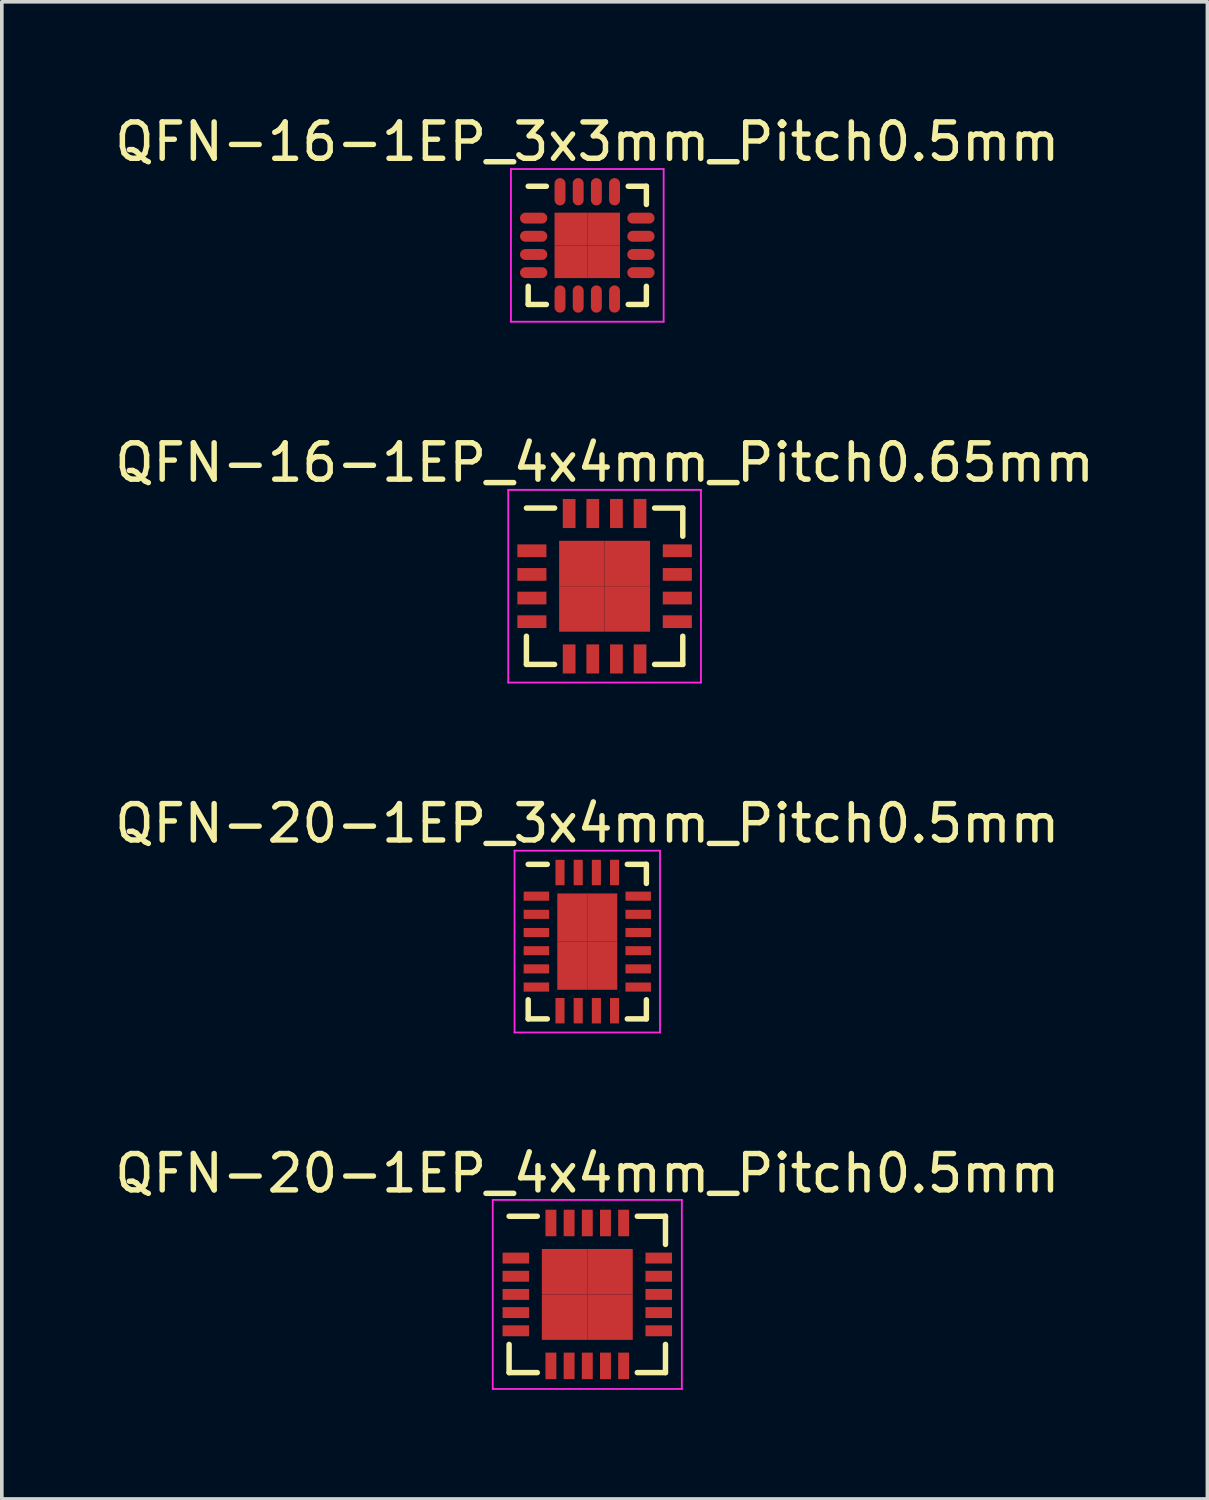
<source format=kicad_pcb>
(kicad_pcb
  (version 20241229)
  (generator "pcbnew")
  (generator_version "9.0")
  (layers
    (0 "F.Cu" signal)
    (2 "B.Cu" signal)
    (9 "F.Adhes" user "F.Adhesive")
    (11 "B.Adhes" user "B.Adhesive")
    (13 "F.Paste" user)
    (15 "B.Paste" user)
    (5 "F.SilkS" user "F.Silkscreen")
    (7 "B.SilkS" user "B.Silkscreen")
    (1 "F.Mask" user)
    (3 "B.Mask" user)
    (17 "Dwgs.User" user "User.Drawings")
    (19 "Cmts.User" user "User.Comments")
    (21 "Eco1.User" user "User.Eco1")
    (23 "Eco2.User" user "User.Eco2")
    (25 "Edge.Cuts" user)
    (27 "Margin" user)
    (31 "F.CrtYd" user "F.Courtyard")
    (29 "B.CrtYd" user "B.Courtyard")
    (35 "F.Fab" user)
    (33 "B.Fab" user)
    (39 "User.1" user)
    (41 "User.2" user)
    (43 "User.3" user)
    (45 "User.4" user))
  (footprint "QFN-20-1EP_3x4mm_Pitch0.5mm"
    (layer "F.Cu")
    (at 13.101 22.845)
    (property "Reference" "QFN-20-1EP_3x4mm_Pitch0.5mm" (at 0 -3.25 0) (layer "F.SilkS") (effects (font (size 1 1) (thickness 0.15))))
    (attr smd)
    (fp_line (start -1.625 -2.125) (end -1.1 -2.125) (stroke (width 0.15) (type solid)) (layer "F.SilkS"))
    (fp_line (start -1.625 2.125) (end -1.625 1.6) (stroke (width 0.15) (type solid)) (layer "F.SilkS"))
    (fp_line (start -1.625 2.125) (end -1.1 2.125) (stroke (width 0.15) (type solid)) (layer "F.SilkS"))
    (fp_line (start 1.625 -2.125) (end 1.1 -2.125) (stroke (width 0.15) (type solid)) (layer "F.SilkS"))
    (fp_line (start 1.625 -2.125) (end 1.625 -1.6) (stroke (width 0.15) (type solid)) (layer "F.SilkS"))
    (fp_line (start 1.625 2.125) (end 1.1 2.125) (stroke (width 0.15) (type solid)) (layer "F.SilkS"))
    (fp_line (start 1.625 2.125) (end 1.625 1.6) (stroke (width 0.15) (type solid)) (layer "F.SilkS"))
    (fp_line (start -2 -2.5) (end -2 2.5) (stroke (width 0.05) (type solid)) (layer "F.CrtYd"))
    (fp_line (start -2 -2.5) (end 2 -2.5) (stroke (width 0.05) (type solid)) (layer "F.CrtYd"))
    (fp_line (start -2 2.5) (end 2 2.5) (stroke (width 0.05) (type solid)) (layer "F.CrtYd"))
    (fp_line (start 2 -2.5) (end 2 2.5) (stroke (width 0.05) (type solid)) (layer "F.CrtYd"))
    (pad "1" smd rect (at -1.4 -1.25) (size 0.7 0.25) (layers "F.Cu" "F.Mask" "F.Paste"))
    (pad "2" smd rect (at -1.4 -0.75) (size 0.7 0.25) (layers "F.Cu" "F.Mask" "F.Paste"))
    (pad "3" smd rect (at -1.4 -0.25) (size 0.7 0.25) (layers "F.Cu" "F.Mask" "F.Paste"))
    (pad "4" smd rect (at -1.4 0.25) (size 0.7 0.25) (layers "F.Cu" "F.Mask" "F.Paste"))
    (pad "5" smd rect (at -1.4 0.75) (size 0.7 0.25) (layers "F.Cu" "F.Mask" "F.Paste"))
    (pad "6" smd rect (at -1.4 1.25) (size 0.7 0.25) (layers "F.Cu" "F.Mask" "F.Paste"))
    (pad "7" smd rect (at -0.75 1.9 90) (size 0.7 0.25) (layers "F.Cu" "F.Mask" "F.Paste"))
    (pad "8" smd rect (at -0.25 1.9 90) (size 0.7 0.25) (layers "F.Cu" "F.Mask" "F.Paste"))
    (pad "9" smd rect (at 0.25 1.9 90) (size 0.7 0.25) (layers "F.Cu" "F.Mask" "F.Paste"))
    (pad "10" smd rect (at 0.75 1.9 90) (size 0.7 0.25) (layers "F.Cu" "F.Mask" "F.Paste"))
    (pad "11" smd rect (at 1.4 1.25) (size 0.7 0.25) (layers "F.Cu" "F.Mask" "F.Paste"))
    (pad "12" smd rect (at 1.4 0.75) (size 0.7 0.25) (layers "F.Cu" "F.Mask" "F.Paste"))
    (pad "13" smd rect (at 1.4 0.25) (size 0.7 0.25) (layers "F.Cu" "F.Mask" "F.Paste"))
    (pad "14" smd rect (at 1.4 -0.25) (size 0.7 0.25) (layers "F.Cu" "F.Mask" "F.Paste"))
    (pad "15" smd rect (at 1.4 -0.75) (size 0.7 0.25) (layers "F.Cu" "F.Mask" "F.Paste"))
    (pad "16" smd rect (at 1.4 -1.25) (size 0.7 0.25) (layers "F.Cu" "F.Mask" "F.Paste"))
    (pad "17" smd rect (at 0.75 -1.9 90) (size 0.7 0.25) (layers "F.Cu" "F.Mask" "F.Paste"))
    (pad "18" smd rect (at 0.25 -1.9 90) (size 0.7 0.25) (layers "F.Cu" "F.Mask" "F.Paste"))
    (pad "19" smd rect (at -0.25 -1.9 90) (size 0.7 0.25) (layers "F.Cu" "F.Mask" "F.Paste"))
    (pad "20" smd rect (at -0.75 -1.9 90) (size 0.7 0.25) (layers "F.Cu" "F.Mask" "F.Paste"))
    (pad "21" smd rect (at -0.412 -0.662) (size 0.825 1.325) (layers "F.Cu" "F.Mask" "F.Paste"))
    (pad "21" smd rect (at -0.412 0.662) (size 0.825 1.325) (layers "F.Cu" "F.Mask" "F.Paste"))
    (pad "21" smd rect (at 0.412 -0.662) (size 0.825 1.325) (layers "F.Cu" "F.Mask" "F.Paste"))
    (pad "21" smd rect (at 0.412 0.662) (size 0.825 1.325) (layers "F.Cu" "F.Mask" "F.Paste")))
  (footprint "QFN-20-1EP_4x4mm_Pitch0.5mm"
    (layer "F.Cu")
    (at 13.101 32.548)
    (property "Reference" "QFN-20-1EP_4x4mm_Pitch0.5mm" (at 0 -3.33 0) (layer "F.SilkS") (effects (font (size 1 1) (thickness 0.15))))
    (attr smd)
    (fp_line (start -2.15 -2.15) (end -1.375 -2.15) (stroke (width 0.15) (type solid)) (layer "F.SilkS"))
    (fp_line (start -2.15 2.15) (end -2.15 1.375) (stroke (width 0.15) (type solid)) (layer "F.SilkS"))
    (fp_line (start -2.15 2.15) (end -1.375 2.15) (stroke (width 0.15) (type solid)) (layer "F.SilkS"))
    (fp_line (start 2.15 -2.15) (end 1.375 -2.15) (stroke (width 0.15) (type solid)) (layer "F.SilkS"))
    (fp_line (start 2.15 -2.15) (end 2.15 -1.375) (stroke (width 0.15) (type solid)) (layer "F.SilkS"))
    (fp_line (start 2.15 2.15) (end 1.375 2.15) (stroke (width 0.15) (type solid)) (layer "F.SilkS"))
    (fp_line (start 2.15 2.15) (end 2.15 1.375) (stroke (width 0.15) (type solid)) (layer "F.SilkS"))
    (fp_line (start -2.6 -2.6) (end -2.6 2.6) (stroke (width 0.05) (type solid)) (layer "F.CrtYd"))
    (fp_line (start -2.6 -2.6) (end 2.6 -2.6) (stroke (width 0.05) (type solid)) (layer "F.CrtYd"))
    (fp_line (start -2.6 2.6) (end 2.6 2.6) (stroke (width 0.05) (type solid)) (layer "F.CrtYd"))
    (fp_line (start 2.6 -2.6) (end 2.6 2.6) (stroke (width 0.05) (type solid)) (layer "F.CrtYd"))
    (pad "1" smd rect (at -1.965 -1) (size 0.73 0.3) (layers "F.Cu" "F.Mask" "F.Paste"))
    (pad "2" smd rect (at -1.965 -0.5) (size 0.73 0.3) (layers "F.Cu" "F.Mask" "F.Paste"))
    (pad "3" smd rect (at -1.965 0) (size 0.73 0.3) (layers "F.Cu" "F.Mask" "F.Paste"))
    (pad "4" smd rect (at -1.965 0.5) (size 0.73 0.3) (layers "F.Cu" "F.Mask" "F.Paste"))
    (pad "5" smd rect (at -1.965 1) (size 0.73 0.3) (layers "F.Cu" "F.Mask" "F.Paste"))
    (pad "6" smd rect (at -1 1.965 90) (size 0.73 0.3) (layers "F.Cu" "F.Mask" "F.Paste"))
    (pad "7" smd rect (at -0.5 1.965 90) (size 0.73 0.3) (layers "F.Cu" "F.Mask" "F.Paste"))
    (pad "8" smd rect (at 0 1.965 90) (size 0.73 0.3) (layers "F.Cu" "F.Mask" "F.Paste"))
    (pad "9" smd rect (at 0.5 1.965 90) (size 0.73 0.3) (layers "F.Cu" "F.Mask" "F.Paste"))
    (pad "10" smd rect (at 1 1.965 90) (size 0.73 0.3) (layers "F.Cu" "F.Mask" "F.Paste"))
    (pad "11" smd rect (at 1.965 1) (size 0.73 0.3) (layers "F.Cu" "F.Mask" "F.Paste"))
    (pad "12" smd rect (at 1.965 0.5) (size 0.73 0.3) (layers "F.Cu" "F.Mask" "F.Paste"))
    (pad "13" smd rect (at 1.965 0) (size 0.73 0.3) (layers "F.Cu" "F.Mask" "F.Paste"))
    (pad "14" smd rect (at 1.965 -0.5) (size 0.73 0.3) (layers "F.Cu" "F.Mask" "F.Paste"))
    (pad "15" smd rect (at 1.965 -1) (size 0.73 0.3) (layers "F.Cu" "F.Mask" "F.Paste"))
    (pad "16" smd rect (at 1 -1.965 90) (size 0.73 0.3) (layers "F.Cu" "F.Mask" "F.Paste"))
    (pad "17" smd rect (at 0.5 -1.965 90) (size 0.73 0.3) (layers "F.Cu" "F.Mask" "F.Paste"))
    (pad "18" smd rect (at 0 -1.965 90) (size 0.73 0.3) (layers "F.Cu" "F.Mask" "F.Paste"))
    (pad "19" smd rect (at -0.5 -1.965 90) (size 0.73 0.3) (layers "F.Cu" "F.Mask" "F.Paste"))
    (pad "20" smd rect (at -1 -1.965 90) (size 0.73 0.3) (layers "F.Cu" "F.Mask" "F.Paste"))
    (pad "21" smd rect (at -0.625 -0.625) (size 1.25 1.25) (layers "F.Cu" "F.Mask" "F.Paste"))
    (pad "21" smd rect (at -0.625 0.625) (size 1.25 1.25) (layers "F.Cu" "F.Mask" "F.Paste"))
    (pad "21" smd rect (at 0.625 -0.625) (size 1.25 1.25) (layers "F.Cu" "F.Mask" "F.Paste"))
    (pad "21" smd rect (at 0.625 0.625) (size 1.25 1.25) (layers "F.Cu" "F.Mask" "F.Paste")))
  (footprint "QFN-16-1EP_4x4mm_Pitch0.65mm"
    (layer "F.Cu")
    (at 13.577 13.072)
    (property "Reference" "QFN-16-1EP_4x4mm_Pitch0.65mm" (at 0 -3.4 0) (layer "F.SilkS") (effects (font (size 1 1) (thickness 0.15))))
    (attr smd)
    (fp_line (start -2.15 -2.15) (end -1.375 -2.15) (stroke (width 0.15) (type solid)) (layer "F.SilkS"))
    (fp_line (start -2.15 2.15) (end -2.15 1.375) (stroke (width 0.15) (type solid)) (layer "F.SilkS"))
    (fp_line (start -2.15 2.15) (end -1.375 2.15) (stroke (width 0.15) (type solid)) (layer "F.SilkS"))
    (fp_line (start 2.15 -2.15) (end 1.375 -2.15) (stroke (width 0.15) (type solid)) (layer "F.SilkS"))
    (fp_line (start 2.15 -2.15) (end 2.15 -1.375) (stroke (width 0.15) (type solid)) (layer "F.SilkS"))
    (fp_line (start 2.15 2.15) (end 1.375 2.15) (stroke (width 0.15) (type solid)) (layer "F.SilkS"))
    (fp_line (start 2.15 2.15) (end 2.15 1.375) (stroke (width 0.15) (type solid)) (layer "F.SilkS"))
    (fp_line (start -2.65 -2.65) (end -2.65 2.65) (stroke (width 0.05) (type solid)) (layer "F.CrtYd"))
    (fp_line (start -2.65 -2.65) (end 2.65 -2.65) (stroke (width 0.05) (type solid)) (layer "F.CrtYd"))
    (fp_line (start -2.65 2.65) (end 2.65 2.65) (stroke (width 0.05) (type solid)) (layer "F.CrtYd"))
    (fp_line (start 2.65 -2.65) (end 2.65 2.65) (stroke (width 0.05) (type solid)) (layer "F.CrtYd"))
    (pad "1" smd rect (at -2 -0.975) (size 0.8 0.35) (layers "F.Cu" "F.Mask" "F.Paste"))
    (pad "2" smd rect (at -2 -0.325) (size 0.8 0.35) (layers "F.Cu" "F.Mask" "F.Paste"))
    (pad "3" smd rect (at -2 0.325) (size 0.8 0.35) (layers "F.Cu" "F.Mask" "F.Paste"))
    (pad "4" smd rect (at -2 0.975) (size 0.8 0.35) (layers "F.Cu" "F.Mask" "F.Paste"))
    (pad "5" smd rect (at -0.975 2 90) (size 0.8 0.35) (layers "F.Cu" "F.Mask" "F.Paste"))
    (pad "6" smd rect (at -0.325 2 90) (size 0.8 0.35) (layers "F.Cu" "F.Mask" "F.Paste"))
    (pad "7" smd rect (at 0.325 2 90) (size 0.8 0.35) (layers "F.Cu" "F.Mask" "F.Paste"))
    (pad "8" smd rect (at 0.975 2 90) (size 0.8 0.35) (layers "F.Cu" "F.Mask" "F.Paste"))
    (pad "9" smd rect (at 2 0.975) (size 0.8 0.35) (layers "F.Cu" "F.Mask" "F.Paste"))
    (pad "10" smd rect (at 2 0.325) (size 0.8 0.35) (layers "F.Cu" "F.Mask" "F.Paste"))
    (pad "11" smd rect (at 2 -0.325) (size 0.8 0.35) (layers "F.Cu" "F.Mask" "F.Paste"))
    (pad "12" smd rect (at 2 -0.975) (size 0.8 0.35) (layers "F.Cu" "F.Mask" "F.Paste"))
    (pad "13" smd rect (at 0.975 -2 90) (size 0.8 0.35) (layers "F.Cu" "F.Mask" "F.Paste"))
    (pad "14" smd rect (at 0.325 -2 90) (size 0.8 0.35) (layers "F.Cu" "F.Mask" "F.Paste"))
    (pad "15" smd rect (at -0.325 -2 90) (size 0.8 0.35) (layers "F.Cu" "F.Mask" "F.Paste"))
    (pad "16" smd rect (at -0.975 -2 90) (size 0.8 0.35) (layers "F.Cu" "F.Mask" "F.Paste"))
    (pad "17" smd rect (at -0.625 -0.625) (size 1.25 1.25) (layers "F.Cu" "F.Mask" "F.Paste"))
    (pad "17" smd rect (at -0.625 0.625) (size 1.25 1.25) (layers "F.Cu" "F.Mask" "F.Paste"))
    (pad "17" smd rect (at 0.625 -0.625) (size 1.25 1.25) (layers "F.Cu" "F.Mask" "F.Paste"))
    (pad "17" smd rect (at 0.625 0.625) (size 1.25 1.25) (layers "F.Cu" "F.Mask" "F.Paste")))
  (footprint "QFN-16-1EP_3x3mm_Pitch0.5mm"
    (layer "F.Cu")
    (at 13.101 3.698)
    (property "Reference" "QFN-16-1EP_3x3mm_Pitch0.5mm" (at 0 -2.85 0) (layer "F.SilkS") (effects (font (size 1 1) (thickness 0.15))))
    (attr smd)
    (fp_line (start -1.625 -1.625) (end -1.125 -1.625) (stroke (width 0.15) (type solid)) (layer "F.SilkS"))
    (fp_line (start -1.625 1.625) (end -1.625 1.125) (stroke (width 0.15) (type solid)) (layer "F.SilkS"))
    (fp_line (start -1.625 1.625) (end -1.125 1.625) (stroke (width 0.15) (type solid)) (layer "F.SilkS"))
    (fp_line (start 1.625 -1.625) (end 1.125 -1.625) (stroke (width 0.15) (type solid)) (layer "F.SilkS"))
    (fp_line (start 1.625 -1.625) (end 1.625 -1.125) (stroke (width 0.15) (type solid)) (layer "F.SilkS"))
    (fp_line (start 1.625 1.625) (end 1.125 1.625) (stroke (width 0.15) (type solid)) (layer "F.SilkS"))
    (fp_line (start 1.625 1.625) (end 1.625 1.125) (stroke (width 0.15) (type solid)) (layer "F.SilkS"))
    (fp_line (start -2.1 -2.1) (end -2.1 2.1) (stroke (width 0.05) (type solid)) (layer "F.CrtYd"))
    (fp_line (start -2.1 -2.1) (end 2.1 -2.1) (stroke (width 0.05) (type solid)) (layer "F.CrtYd"))
    (fp_line (start -2.1 2.1) (end 2.1 2.1) (stroke (width 0.05) (type solid)) (layer "F.CrtYd"))
    (fp_line (start 2.1 -2.1) (end 2.1 2.1) (stroke (width 0.05) (type solid)) (layer "F.CrtYd"))
    (pad "1" smd oval (at -1.475 -0.75) (size 0.75 0.3) (layers "F.Cu" "F.Mask" "F.Paste"))
    (pad "2" smd oval (at -1.475 -0.25) (size 0.75 0.3) (layers "F.Cu" "F.Mask" "F.Paste"))
    (pad "3" smd oval (at -1.475 0.25) (size 0.75 0.3) (layers "F.Cu" "F.Mask" "F.Paste"))
    (pad "4" smd oval (at -1.475 0.75) (size 0.75 0.3) (layers "F.Cu" "F.Mask" "F.Paste"))
    (pad "5" smd oval (at -0.75 1.475 90) (size 0.75 0.3) (layers "F.Cu" "F.Mask" "F.Paste"))
    (pad "6" smd oval (at -0.25 1.475 90) (size 0.75 0.3) (layers "F.Cu" "F.Mask" "F.Paste"))
    (pad "7" smd oval (at 0.25 1.475 90) (size 0.75 0.3) (layers "F.Cu" "F.Mask" "F.Paste"))
    (pad "8" smd oval (at 0.75 1.475 90) (size 0.75 0.3) (layers "F.Cu" "F.Mask" "F.Paste"))
    (pad "9" smd oval (at 1.475 0.75) (size 0.75 0.3) (layers "F.Cu" "F.Mask" "F.Paste"))
    (pad "10" smd oval (at 1.475 0.25) (size 0.75 0.3) (layers "F.Cu" "F.Mask" "F.Paste"))
    (pad "11" smd oval (at 1.475 -0.25) (size 0.75 0.3) (layers "F.Cu" "F.Mask" "F.Paste"))
    (pad "12" smd oval (at 1.475 -0.75) (size 0.75 0.3) (layers "F.Cu" "F.Mask" "F.Paste"))
    (pad "13" smd oval (at 0.75 -1.475 90) (size 0.75 0.3) (layers "F.Cu" "F.Mask" "F.Paste"))
    (pad "14" smd oval (at 0.25 -1.475 90) (size 0.75 0.3) (layers "F.Cu" "F.Mask" "F.Paste"))
    (pad "15" smd oval (at -0.25 -1.475 90) (size 0.75 0.3) (layers "F.Cu" "F.Mask" "F.Paste"))
    (pad "16" smd oval (at -0.75 -1.475 90) (size 0.75 0.3) (layers "F.Cu" "F.Mask" "F.Paste"))
    (pad "17" smd rect (at -0.45 -0.45) (size 0.9 0.9) (layers "F.Cu" "F.Mask" "F.Paste"))
    (pad "17" smd rect (at -0.45 0.45) (size 0.9 0.9) (layers "F.Cu" "F.Mask" "F.Paste"))
    (pad "17" smd rect (at 0.45 -0.45) (size 0.9 0.9) (layers "F.Cu" "F.Mask" "F.Paste"))
    (pad "17" smd rect (at 0.45 0.45) (size 0.9 0.9) (layers "F.Cu" "F.Mask" "F.Paste")))
  (gr_rect
    (start -3 -3)
    (end 30.155 38.173)
    (stroke (width 0.1) (type default))
    (fill no)
    (layer "Edge.Cuts")))
</source>
